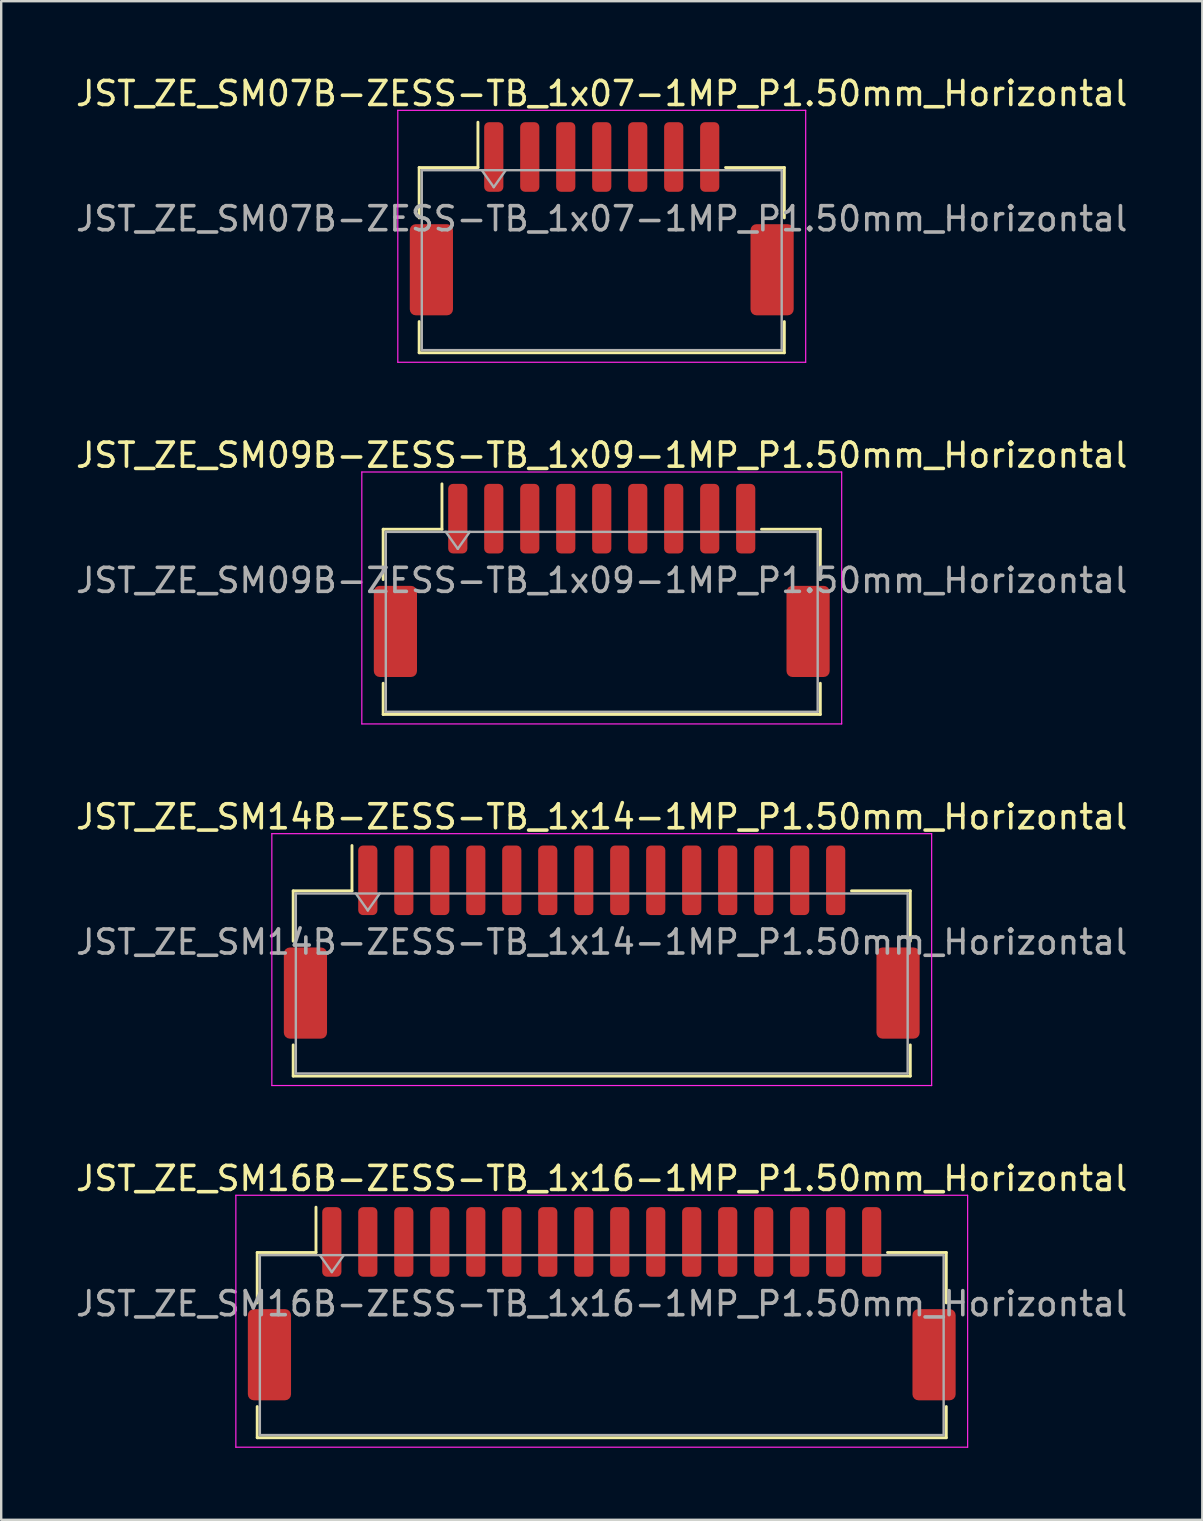
<source format=kicad_pcb>
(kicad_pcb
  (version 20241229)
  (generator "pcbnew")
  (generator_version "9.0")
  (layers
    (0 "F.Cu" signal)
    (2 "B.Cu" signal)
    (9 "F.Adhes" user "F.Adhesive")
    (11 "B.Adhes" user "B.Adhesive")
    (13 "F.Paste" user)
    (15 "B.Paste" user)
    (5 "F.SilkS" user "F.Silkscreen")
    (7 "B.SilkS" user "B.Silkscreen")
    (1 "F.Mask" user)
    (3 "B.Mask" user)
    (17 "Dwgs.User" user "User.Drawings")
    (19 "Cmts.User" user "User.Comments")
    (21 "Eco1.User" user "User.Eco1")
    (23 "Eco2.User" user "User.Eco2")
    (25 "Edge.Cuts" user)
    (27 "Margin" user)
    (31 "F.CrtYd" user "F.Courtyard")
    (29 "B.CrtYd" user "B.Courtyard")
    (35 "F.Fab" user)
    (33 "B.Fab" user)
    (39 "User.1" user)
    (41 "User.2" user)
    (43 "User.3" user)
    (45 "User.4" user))
  (footprint "JST_ZE_SM07B-ZESS-TB_1x07-1MP_P1.50mm_Horizontal"
    (layer "F.Cu")
    (at 22.03 6.068)
    (property "Reference" "JST_ZE_SM07B-ZESS-TB_1x07-1MP_P1.50mm_Horizontal" (at 0 -5.22 0) (layer "F.SilkS") (effects (font (size 1 1) (thickness 0.15))))
    (attr smd)
    (fp_line (start -7.61 -2.135) (end -5.16 -2.135) (stroke (width 0.12) (type solid)) (layer "F.SilkS"))
    (fp_line (start -7.61 -0.035) (end -7.61 -2.135) (stroke (width 0.12) (type solid)) (layer "F.SilkS"))
    (fp_line (start -7.61 4.285) (end -7.61 5.585) (stroke (width 0.12) (type solid)) (layer "F.SilkS"))
    (fp_line (start -7.61 5.585) (end 7.61 5.585) (stroke (width 0.12) (type solid)) (layer "F.SilkS"))
    (fp_line (start -5.16 -2.135) (end -5.16 -4.025) (stroke (width 0.12) (type solid)) (layer "F.SilkS"))
    (fp_line (start 7.61 -2.135) (end 5.16 -2.135) (stroke (width 0.12) (type solid)) (layer "F.SilkS"))
    (fp_line (start 7.61 -0.035) (end 7.61 -2.135) (stroke (width 0.12) (type solid)) (layer "F.SilkS"))
    (fp_line (start 7.61 5.585) (end 7.61 4.285) (stroke (width 0.12) (type solid)) (layer "F.SilkS"))
    (fp_line (start -8.5 -4.52) (end -8.5 5.98) (stroke (width 0.05) (type solid)) (layer "F.CrtYd"))
    (fp_line (start -8.5 5.98) (end 8.5 5.98) (stroke (width 0.05) (type solid)) (layer "F.CrtYd"))
    (fp_line (start 8.5 -4.52) (end -8.5 -4.52) (stroke (width 0.05) (type solid)) (layer "F.CrtYd"))
    (fp_line (start 8.5 5.98) (end 8.5 -4.52) (stroke (width 0.05) (type solid)) (layer "F.CrtYd"))
    (fp_line (start -7.5 -2.025) (end -7.5 5.475) (stroke (width 0.1) (type solid)) (layer "F.Fab"))
    (fp_line (start -7.5 -2.025) (end 7.5 -2.025) (stroke (width 0.1) (type solid)) (layer "F.Fab"))
    (fp_line (start -7.5 5.475) (end 7.5 5.475) (stroke (width 0.1) (type solid)) (layer "F.Fab"))
    (fp_line (start -5 -2.025) (end -4.5 -1.318) (stroke (width 0.1) (type solid)) (layer "F.Fab"))
    (fp_line (start -4.5 -1.318) (end -4 -2.025) (stroke (width 0.1) (type solid)) (layer "F.Fab"))
    (fp_line (start 7.5 -2.025) (end 7.5 5.475) (stroke (width 0.1) (type solid)) (layer "F.Fab"))
    (fp_text user "${REFERENCE}" (at 0 0 0) (layer "F.Fab") (effects (font (size 1 1) (thickness 0.15))))
    (pad "1" smd roundrect (at -4.5 -2.575) (size 0.8 2.9) (layers "F.Cu" "F.Mask" "F.Paste") (roundrect_rratio 0.25))
    (pad "2" smd roundrect (at -3 -2.575) (size 0.8 2.9) (layers "F.Cu" "F.Mask" "F.Paste") (roundrect_rratio 0.25))
    (pad "3" smd roundrect (at -1.5 -2.575) (size 0.8 2.9) (layers "F.Cu" "F.Mask" "F.Paste") (roundrect_rratio 0.25))
    (pad "4" smd roundrect (at 0 -2.575) (size 0.8 2.9) (layers "F.Cu" "F.Mask" "F.Paste") (roundrect_rratio 0.25))
    (pad "5" smd roundrect (at 1.5 -2.575) (size 0.8 2.9) (layers "F.Cu" "F.Mask" "F.Paste") (roundrect_rratio 0.25))
    (pad "6" smd roundrect (at 3 -2.575) (size 0.8 2.9) (layers "F.Cu" "F.Mask" "F.Paste") (roundrect_rratio 0.25))
    (pad "7" smd roundrect (at 4.5 -2.575) (size 0.8 2.9) (layers "F.Cu" "F.Mask" "F.Paste") (roundrect_rratio 0.25))
    (pad "MP" smd roundrect (at -7.1 2.125) (size 1.8 3.8) (layers "F.Cu" "F.Mask" "F.Paste") (roundrect_rratio 0.139))
    (pad "MP" smd roundrect (at 7.1 2.125) (size 1.8 3.8) (layers "F.Cu" "F.Mask" "F.Paste") (roundrect_rratio 0.139)))
  (footprint "JST_ZE_SM14B-ZESS-TB_1x14-1MP_P1.50mm_Horizontal"
    (layer "F.Cu")
    (at 22.03 36.215)
    (property "Reference" "JST_ZE_SM14B-ZESS-TB_1x14-1MP_P1.50mm_Horizontal" (at 0 -5.22 0) (layer "F.SilkS") (effects (font (size 1 1) (thickness 0.15))))
    (attr smd)
    (fp_line (start -12.86 -2.135) (end -10.41 -2.135) (stroke (width 0.12) (type solid)) (layer "F.SilkS"))
    (fp_line (start -12.86 -0.035) (end -12.86 -2.135) (stroke (width 0.12) (type solid)) (layer "F.SilkS"))
    (fp_line (start -12.86 4.285) (end -12.86 5.585) (stroke (width 0.12) (type solid)) (layer "F.SilkS"))
    (fp_line (start -12.86 5.585) (end 12.86 5.585) (stroke (width 0.12) (type solid)) (layer "F.SilkS"))
    (fp_line (start -10.41 -2.135) (end -10.41 -4.025) (stroke (width 0.12) (type solid)) (layer "F.SilkS"))
    (fp_line (start 12.86 -2.135) (end 10.41 -2.135) (stroke (width 0.12) (type solid)) (layer "F.SilkS"))
    (fp_line (start 12.86 -0.035) (end 12.86 -2.135) (stroke (width 0.12) (type solid)) (layer "F.SilkS"))
    (fp_line (start 12.86 5.585) (end 12.86 4.285) (stroke (width 0.12) (type solid)) (layer "F.SilkS"))
    (fp_line (start -13.75 -4.52) (end -13.75 5.98) (stroke (width 0.05) (type solid)) (layer "F.CrtYd"))
    (fp_line (start -13.75 5.98) (end 13.75 5.98) (stroke (width 0.05) (type solid)) (layer "F.CrtYd"))
    (fp_line (start 13.75 -4.52) (end -13.75 -4.52) (stroke (width 0.05) (type solid)) (layer "F.CrtYd"))
    (fp_line (start 13.75 5.98) (end 13.75 -4.52) (stroke (width 0.05) (type solid)) (layer "F.CrtYd"))
    (fp_line (start -12.75 -2.025) (end -12.75 5.475) (stroke (width 0.1) (type solid)) (layer "F.Fab"))
    (fp_line (start -12.75 -2.025) (end 12.75 -2.025) (stroke (width 0.1) (type solid)) (layer "F.Fab"))
    (fp_line (start -12.75 5.475) (end 12.75 5.475) (stroke (width 0.1) (type solid)) (layer "F.Fab"))
    (fp_line (start -10.25 -2.025) (end -9.75 -1.318) (stroke (width 0.1) (type solid)) (layer "F.Fab"))
    (fp_line (start -9.75 -1.318) (end -9.25 -2.025) (stroke (width 0.1) (type solid)) (layer "F.Fab"))
    (fp_line (start 12.75 -2.025) (end 12.75 5.475) (stroke (width 0.1) (type solid)) (layer "F.Fab"))
    (fp_text user "${REFERENCE}" (at 0 0 0) (layer "F.Fab") (effects (font (size 1 1) (thickness 0.15))))
    (pad "1" smd roundrect (at -9.75 -2.575) (size 0.8 2.9) (layers "F.Cu" "F.Mask" "F.Paste") (roundrect_rratio 0.25))
    (pad "2" smd roundrect (at -8.25 -2.575) (size 0.8 2.9) (layers "F.Cu" "F.Mask" "F.Paste") (roundrect_rratio 0.25))
    (pad "3" smd roundrect (at -6.75 -2.575) (size 0.8 2.9) (layers "F.Cu" "F.Mask" "F.Paste") (roundrect_rratio 0.25))
    (pad "4" smd roundrect (at -5.25 -2.575) (size 0.8 2.9) (layers "F.Cu" "F.Mask" "F.Paste") (roundrect_rratio 0.25))
    (pad "5" smd roundrect (at -3.75 -2.575) (size 0.8 2.9) (layers "F.Cu" "F.Mask" "F.Paste") (roundrect_rratio 0.25))
    (pad "6" smd roundrect (at -2.25 -2.575) (size 0.8 2.9) (layers "F.Cu" "F.Mask" "F.Paste") (roundrect_rratio 0.25))
    (pad "7" smd roundrect (at -0.75 -2.575) (size 0.8 2.9) (layers "F.Cu" "F.Mask" "F.Paste") (roundrect_rratio 0.25))
    (pad "8" smd roundrect (at 0.75 -2.575) (size 0.8 2.9) (layers "F.Cu" "F.Mask" "F.Paste") (roundrect_rratio 0.25))
    (pad "9" smd roundrect (at 2.25 -2.575) (size 0.8 2.9) (layers "F.Cu" "F.Mask" "F.Paste") (roundrect_rratio 0.25))
    (pad "10" smd roundrect (at 3.75 -2.575) (size 0.8 2.9) (layers "F.Cu" "F.Mask" "F.Paste") (roundrect_rratio 0.25))
    (pad "11" smd roundrect (at 5.25 -2.575) (size 0.8 2.9) (layers "F.Cu" "F.Mask" "F.Paste") (roundrect_rratio 0.25))
    (pad "12" smd roundrect (at 6.75 -2.575) (size 0.8 2.9) (layers "F.Cu" "F.Mask" "F.Paste") (roundrect_rratio 0.25))
    (pad "13" smd roundrect (at 8.25 -2.575) (size 0.8 2.9) (layers "F.Cu" "F.Mask" "F.Paste") (roundrect_rratio 0.25))
    (pad "14" smd roundrect (at 9.75 -2.575) (size 0.8 2.9) (layers "F.Cu" "F.Mask" "F.Paste") (roundrect_rratio 0.25))
    (pad "MP" smd roundrect (at -12.35 2.125) (size 1.8 3.8) (layers "F.Cu" "F.Mask" "F.Paste") (roundrect_rratio 0.139))
    (pad "MP" smd roundrect (at 12.35 2.125) (size 1.8 3.8) (layers "F.Cu" "F.Mask" "F.Paste") (roundrect_rratio 0.139)))
  (footprint "JST_ZE_SM09B-ZESS-TB_1x09-1MP_P1.50mm_Horizontal"
    (layer "F.Cu")
    (at 22.03 21.142)
    (property "Reference" "JST_ZE_SM09B-ZESS-TB_1x09-1MP_P1.50mm_Horizontal" (at 0 -5.22 0) (layer "F.SilkS") (effects (font (size 1 1) (thickness 0.15))))
    (attr smd)
    (fp_line (start -9.11 -2.135) (end -6.66 -2.135) (stroke (width 0.12) (type solid)) (layer "F.SilkS"))
    (fp_line (start -9.11 -0.035) (end -9.11 -2.135) (stroke (width 0.12) (type solid)) (layer "F.SilkS"))
    (fp_line (start -9.11 4.285) (end -9.11 5.585) (stroke (width 0.12) (type solid)) (layer "F.SilkS"))
    (fp_line (start -9.11 5.585) (end 9.11 5.585) (stroke (width 0.12) (type solid)) (layer "F.SilkS"))
    (fp_line (start -6.66 -2.135) (end -6.66 -4.025) (stroke (width 0.12) (type solid)) (layer "F.SilkS"))
    (fp_line (start 9.11 -2.135) (end 6.66 -2.135) (stroke (width 0.12) (type solid)) (layer "F.SilkS"))
    (fp_line (start 9.11 -0.035) (end 9.11 -2.135) (stroke (width 0.12) (type solid)) (layer "F.SilkS"))
    (fp_line (start 9.11 5.585) (end 9.11 4.285) (stroke (width 0.12) (type solid)) (layer "F.SilkS"))
    (fp_line (start -10 -4.52) (end -10 5.98) (stroke (width 0.05) (type solid)) (layer "F.CrtYd"))
    (fp_line (start -10 5.98) (end 10 5.98) (stroke (width 0.05) (type solid)) (layer "F.CrtYd"))
    (fp_line (start 10 -4.52) (end -10 -4.52) (stroke (width 0.05) (type solid)) (layer "F.CrtYd"))
    (fp_line (start 10 5.98) (end 10 -4.52) (stroke (width 0.05) (type solid)) (layer "F.CrtYd"))
    (fp_line (start -9 -2.025) (end -9 5.475) (stroke (width 0.1) (type solid)) (layer "F.Fab"))
    (fp_line (start -9 -2.025) (end 9 -2.025) (stroke (width 0.1) (type solid)) (layer "F.Fab"))
    (fp_line (start -9 5.475) (end 9 5.475) (stroke (width 0.1) (type solid)) (layer "F.Fab"))
    (fp_line (start -6.5 -2.025) (end -6 -1.318) (stroke (width 0.1) (type solid)) (layer "F.Fab"))
    (fp_line (start -6 -1.318) (end -5.5 -2.025) (stroke (width 0.1) (type solid)) (layer "F.Fab"))
    (fp_line (start 9 -2.025) (end 9 5.475) (stroke (width 0.1) (type solid)) (layer "F.Fab"))
    (fp_text user "${REFERENCE}" (at 0 0 0) (layer "F.Fab") (effects (font (size 1 1) (thickness 0.15))))
    (pad "1" smd roundrect (at -6 -2.575) (size 0.8 2.9) (layers "F.Cu" "F.Mask" "F.Paste") (roundrect_rratio 0.25))
    (pad "2" smd roundrect (at -4.5 -2.575) (size 0.8 2.9) (layers "F.Cu" "F.Mask" "F.Paste") (roundrect_rratio 0.25))
    (pad "3" smd roundrect (at -3 -2.575) (size 0.8 2.9) (layers "F.Cu" "F.Mask" "F.Paste") (roundrect_rratio 0.25))
    (pad "4" smd roundrect (at -1.5 -2.575) (size 0.8 2.9) (layers "F.Cu" "F.Mask" "F.Paste") (roundrect_rratio 0.25))
    (pad "5" smd roundrect (at 0 -2.575) (size 0.8 2.9) (layers "F.Cu" "F.Mask" "F.Paste") (roundrect_rratio 0.25))
    (pad "6" smd roundrect (at 1.5 -2.575) (size 0.8 2.9) (layers "F.Cu" "F.Mask" "F.Paste") (roundrect_rratio 0.25))
    (pad "7" smd roundrect (at 3 -2.575) (size 0.8 2.9) (layers "F.Cu" "F.Mask" "F.Paste") (roundrect_rratio 0.25))
    (pad "8" smd roundrect (at 4.5 -2.575) (size 0.8 2.9) (layers "F.Cu" "F.Mask" "F.Paste") (roundrect_rratio 0.25))
    (pad "9" smd roundrect (at 6 -2.575) (size 0.8 2.9) (layers "F.Cu" "F.Mask" "F.Paste") (roundrect_rratio 0.25))
    (pad "MP" smd roundrect (at -8.6 2.125) (size 1.8 3.8) (layers "F.Cu" "F.Mask" "F.Paste") (roundrect_rratio 0.139))
    (pad "MP" smd roundrect (at 8.6 2.125) (size 1.8 3.8) (layers "F.Cu" "F.Mask" "F.Paste") (roundrect_rratio 0.139)))
  (footprint "JST_ZE_SM16B-ZESS-TB_1x16-1MP_P1.50mm_Horizontal"
    (layer "F.Cu")
    (at 22.03 51.288)
    (property "Reference" "JST_ZE_SM16B-ZESS-TB_1x16-1MP_P1.50mm_Horizontal" (at 0 -5.22 0) (layer "F.SilkS") (effects (font (size 1 1) (thickness 0.15))))
    (attr smd)
    (fp_line (start -14.36 -2.135) (end -11.91 -2.135) (stroke (width 0.12) (type solid)) (layer "F.SilkS"))
    (fp_line (start -14.36 -0.035) (end -14.36 -2.135) (stroke (width 0.12) (type solid)) (layer "F.SilkS"))
    (fp_line (start -14.36 4.285) (end -14.36 5.585) (stroke (width 0.12) (type solid)) (layer "F.SilkS"))
    (fp_line (start -14.36 5.585) (end 14.36 5.585) (stroke (width 0.12) (type solid)) (layer "F.SilkS"))
    (fp_line (start -11.91 -2.135) (end -11.91 -4.025) (stroke (width 0.12) (type solid)) (layer "F.SilkS"))
    (fp_line (start 14.36 -2.135) (end 11.91 -2.135) (stroke (width 0.12) (type solid)) (layer "F.SilkS"))
    (fp_line (start 14.36 -0.035) (end 14.36 -2.135) (stroke (width 0.12) (type solid)) (layer "F.SilkS"))
    (fp_line (start 14.36 5.585) (end 14.36 4.285) (stroke (width 0.12) (type solid)) (layer "F.SilkS"))
    (fp_line (start -15.25 -4.52) (end -15.25 5.98) (stroke (width 0.05) (type solid)) (layer "F.CrtYd"))
    (fp_line (start -15.25 5.98) (end 15.25 5.98) (stroke (width 0.05) (type solid)) (layer "F.CrtYd"))
    (fp_line (start 15.25 -4.52) (end -15.25 -4.52) (stroke (width 0.05) (type solid)) (layer "F.CrtYd"))
    (fp_line (start 15.25 5.98) (end 15.25 -4.52) (stroke (width 0.05) (type solid)) (layer "F.CrtYd"))
    (fp_line (start -14.25 -2.025) (end -14.25 5.475) (stroke (width 0.1) (type solid)) (layer "F.Fab"))
    (fp_line (start -14.25 -2.025) (end 14.25 -2.025) (stroke (width 0.1) (type solid)) (layer "F.Fab"))
    (fp_line (start -14.25 5.475) (end 14.25 5.475) (stroke (width 0.1) (type solid)) (layer "F.Fab"))
    (fp_line (start -11.75 -2.025) (end -11.25 -1.318) (stroke (width 0.1) (type solid)) (layer "F.Fab"))
    (fp_line (start -11.25 -1.318) (end -10.75 -2.025) (stroke (width 0.1) (type solid)) (layer "F.Fab"))
    (fp_line (start 14.25 -2.025) (end 14.25 5.475) (stroke (width 0.1) (type solid)) (layer "F.Fab"))
    (fp_text user "${REFERENCE}" (at 0 0 0) (layer "F.Fab") (effects (font (size 1 1) (thickness 0.15))))
    (pad "1" smd roundrect (at -11.25 -2.575) (size 0.8 2.9) (layers "F.Cu" "F.Mask" "F.Paste") (roundrect_rratio 0.25))
    (pad "2" smd roundrect (at -9.75 -2.575) (size 0.8 2.9) (layers "F.Cu" "F.Mask" "F.Paste") (roundrect_rratio 0.25))
    (pad "3" smd roundrect (at -8.25 -2.575) (size 0.8 2.9) (layers "F.Cu" "F.Mask" "F.Paste") (roundrect_rratio 0.25))
    (pad "4" smd roundrect (at -6.75 -2.575) (size 0.8 2.9) (layers "F.Cu" "F.Mask" "F.Paste") (roundrect_rratio 0.25))
    (pad "5" smd roundrect (at -5.25 -2.575) (size 0.8 2.9) (layers "F.Cu" "F.Mask" "F.Paste") (roundrect_rratio 0.25))
    (pad "6" smd roundrect (at -3.75 -2.575) (size 0.8 2.9) (layers "F.Cu" "F.Mask" "F.Paste") (roundrect_rratio 0.25))
    (pad "7" smd roundrect (at -2.25 -2.575) (size 0.8 2.9) (layers "F.Cu" "F.Mask" "F.Paste") (roundrect_rratio 0.25))
    (pad "8" smd roundrect (at -0.75 -2.575) (size 0.8 2.9) (layers "F.Cu" "F.Mask" "F.Paste") (roundrect_rratio 0.25))
    (pad "9" smd roundrect (at 0.75 -2.575) (size 0.8 2.9) (layers "F.Cu" "F.Mask" "F.Paste") (roundrect_rratio 0.25))
    (pad "10" smd roundrect (at 2.25 -2.575) (size 0.8 2.9) (layers "F.Cu" "F.Mask" "F.Paste") (roundrect_rratio 0.25))
    (pad "11" smd roundrect (at 3.75 -2.575) (size 0.8 2.9) (layers "F.Cu" "F.Mask" "F.Paste") (roundrect_rratio 0.25))
    (pad "12" smd roundrect (at 5.25 -2.575) (size 0.8 2.9) (layers "F.Cu" "F.Mask" "F.Paste") (roundrect_rratio 0.25))
    (pad "13" smd roundrect (at 6.75 -2.575) (size 0.8 2.9) (layers "F.Cu" "F.Mask" "F.Paste") (roundrect_rratio 0.25))
    (pad "14" smd roundrect (at 8.25 -2.575) (size 0.8 2.9) (layers "F.Cu" "F.Mask" "F.Paste") (roundrect_rratio 0.25))
    (pad "15" smd roundrect (at 9.75 -2.575) (size 0.8 2.9) (layers "F.Cu" "F.Mask" "F.Paste") (roundrect_rratio 0.25))
    (pad "16" smd roundrect (at 11.25 -2.575) (size 0.8 2.9) (layers "F.Cu" "F.Mask" "F.Paste") (roundrect_rratio 0.25))
    (pad "MP" smd roundrect (at -13.85 2.125) (size 1.8 3.8) (layers "F.Cu" "F.Mask" "F.Paste") (roundrect_rratio 0.139))
    (pad "MP" smd roundrect (at 13.85 2.125) (size 1.8 3.8) (layers "F.Cu" "F.Mask" "F.Paste") (roundrect_rratio 0.139)))
  (gr_rect
    (start -3 -3)
    (end 47.06 60.293)
    (stroke (width 0.1) (type default))
    (fill no)
    (layer "Edge.Cuts")))
</source>
